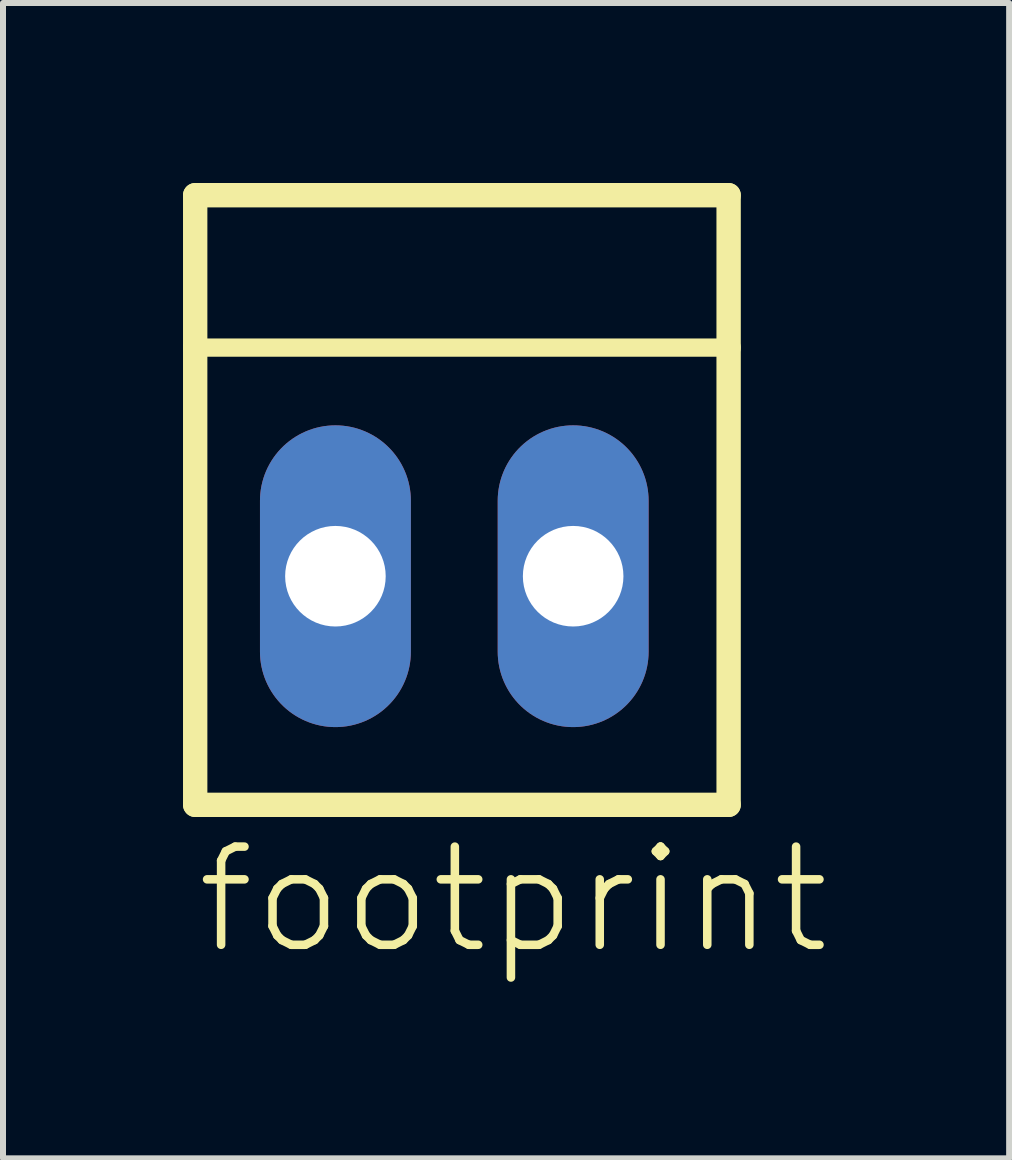
<source format=kicad_pcb>
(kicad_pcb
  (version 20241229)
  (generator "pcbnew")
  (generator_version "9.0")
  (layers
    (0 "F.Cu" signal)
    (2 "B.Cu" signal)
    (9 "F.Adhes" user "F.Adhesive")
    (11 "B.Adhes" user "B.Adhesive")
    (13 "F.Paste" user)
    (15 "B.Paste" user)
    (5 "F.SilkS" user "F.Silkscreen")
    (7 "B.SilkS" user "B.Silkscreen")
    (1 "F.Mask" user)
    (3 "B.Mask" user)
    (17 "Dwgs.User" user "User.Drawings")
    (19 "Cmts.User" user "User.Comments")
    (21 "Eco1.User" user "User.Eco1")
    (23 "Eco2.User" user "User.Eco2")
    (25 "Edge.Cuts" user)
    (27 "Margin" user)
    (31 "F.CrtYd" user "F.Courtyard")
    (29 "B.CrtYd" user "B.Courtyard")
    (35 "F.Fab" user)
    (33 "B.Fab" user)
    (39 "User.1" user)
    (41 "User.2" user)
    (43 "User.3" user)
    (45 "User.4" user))
  (footprint "footprint"
    (layer "F.Cu")
    (at 4.521 6.553)
    (property "Reference" "footprint" (at -4.369 6.35 0) (layer "F.SilkS") (effects (font (size 1.636 1.636) (thickness 0.142)) (justify left bottom)))
    (fp_line (start -4.318 -6.35) (end -4.318 -3.81) (stroke (width 0.406) (type solid)) (layer "F.SilkS"))
    (fp_line (start -4.318 -6.35) (end 4.572 -6.35) (stroke (width 0.406) (type solid)) (layer "F.SilkS"))
    (fp_line (start -4.318 -3.81) (end -4.318 3.81) (stroke (width 0.406) (type solid)) (layer "F.SilkS"))
    (fp_line (start -4.318 -3.81) (end 4.572 -3.81) (stroke (width 0.305) (type solid)) (layer "F.SilkS"))
    (fp_line (start -4.318 3.81) (end 4.572 3.81) (stroke (width 0.406) (type solid)) (layer "F.SilkS"))
    (fp_line (start 4.572 -6.35) (end 4.572 -3.81) (stroke (width 0.406) (type solid)) (layer "F.SilkS"))
    (fp_line (start 4.572 -3.81) (end 4.572 3.81) (stroke (width 0.406) (type solid)) (layer "F.SilkS"))
    (fp_poly (pts (xy -2.489 0.508) (xy -1.473 0.508) (xy -1.473 -0.508) (xy -2.489 -0.508)) (stroke (width 0) (type solid)) (fill yes) (layer "F.SilkS"))
    (fp_poly (pts (xy 1.473 0.508) (xy 2.489 0.508) (xy 2.489 -0.508) (xy 1.473 -0.508)) (stroke (width 0) (type solid)) (fill yes) (layer "F.SilkS"))
    (pad "1" thru_hole oval (at 1.981 0 90) (size 5.029 2.515) (drill 1.676) (layers "*.Cu" "*.Mask"))
    (pad "2" thru_hole oval (at -1.981 0 90) (size 5.029 2.515) (drill 1.676) (layers "*.Cu" "*.Mask")))
  (gr_rect
    (start -3 -3)
    (end 13.768 16.254)
    (stroke (width 0.1) (type default))
    (fill no)
    (layer "Edge.Cuts")))
</source>
